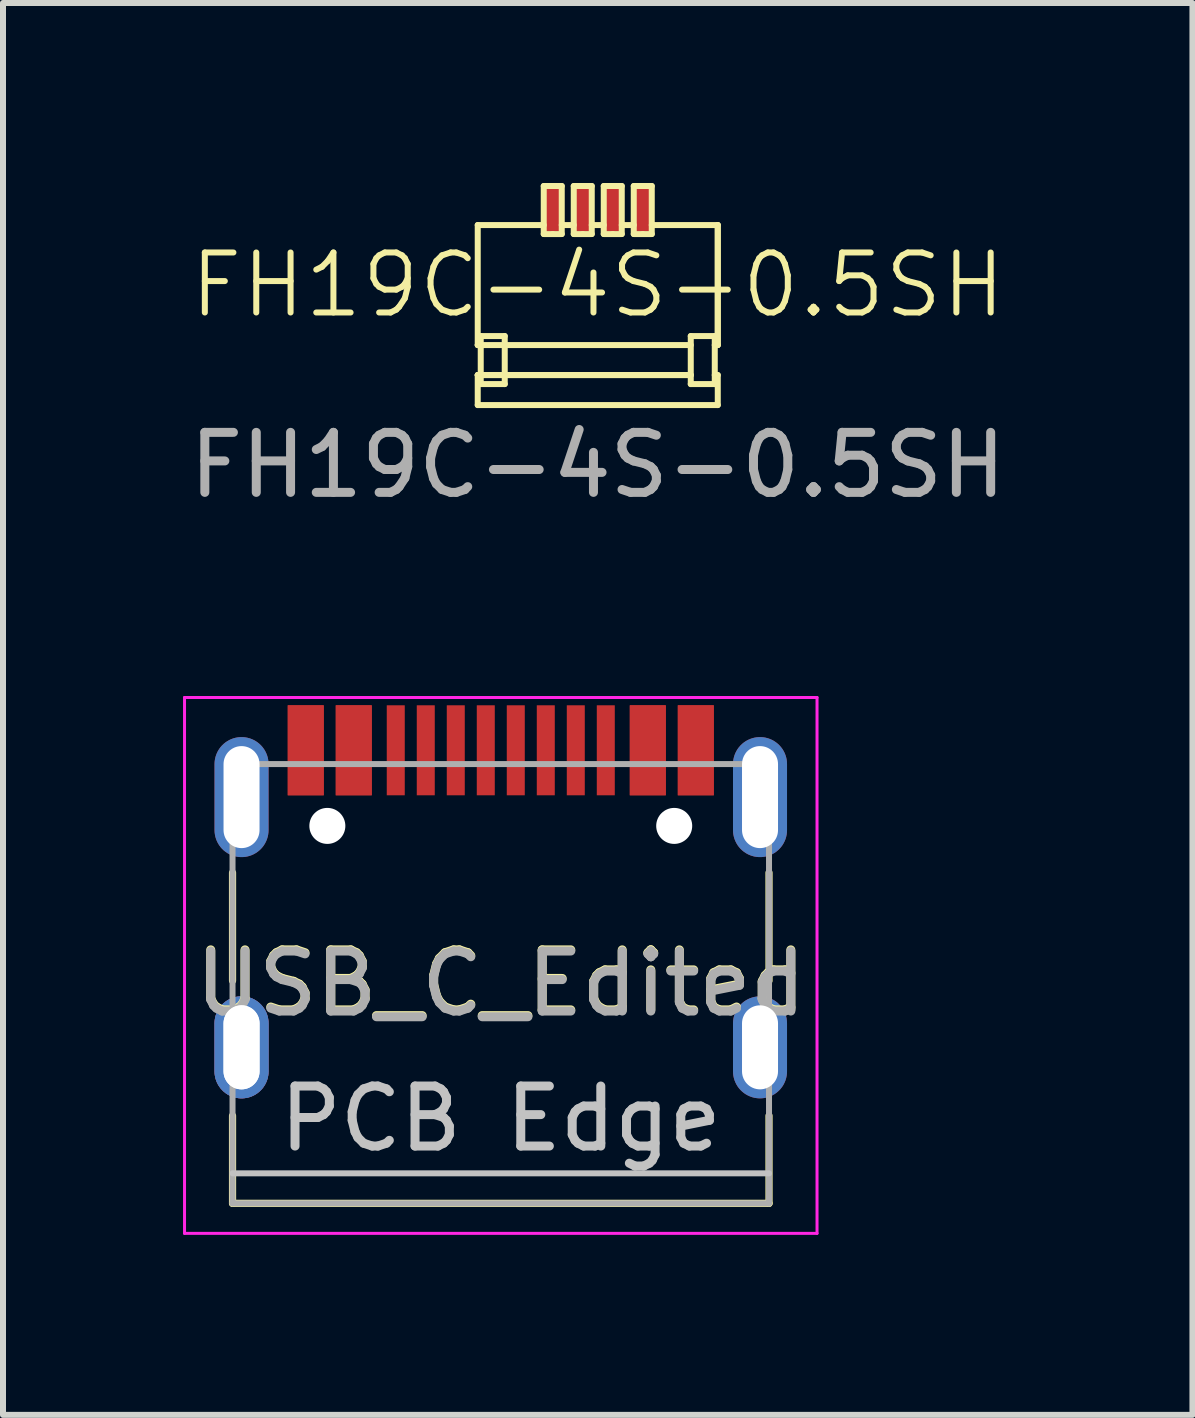
<source format=kicad_pcb>
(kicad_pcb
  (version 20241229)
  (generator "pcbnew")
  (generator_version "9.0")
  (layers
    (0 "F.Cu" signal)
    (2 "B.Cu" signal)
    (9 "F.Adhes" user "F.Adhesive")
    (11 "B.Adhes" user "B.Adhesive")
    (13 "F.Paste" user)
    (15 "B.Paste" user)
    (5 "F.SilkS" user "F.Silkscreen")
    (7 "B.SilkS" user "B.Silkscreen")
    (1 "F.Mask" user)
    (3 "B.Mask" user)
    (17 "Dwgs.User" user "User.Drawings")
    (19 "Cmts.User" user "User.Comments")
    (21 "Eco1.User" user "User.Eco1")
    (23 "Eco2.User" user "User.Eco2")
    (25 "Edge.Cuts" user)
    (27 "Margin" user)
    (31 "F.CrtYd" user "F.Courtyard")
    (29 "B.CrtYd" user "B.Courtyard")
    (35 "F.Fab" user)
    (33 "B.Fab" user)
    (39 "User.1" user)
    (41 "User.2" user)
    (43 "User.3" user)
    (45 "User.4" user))
  (footprint "FH19C-4S-0.5SH"
    (layer "F.Cu")
    (at 6.911 2.2)
    (property "Reference" "FH19C-4S-0.5SH" (at 0 -0.5 0) (unlocked yes) (layer "F.SilkS") (effects (font (size 1 1) (thickness 0.1))))
    (attr smd)
    (fp_line (start -2 0.5) (end -2 -1.5) (stroke (width 0.1) (type solid)) (layer "F.SilkS"))
    (fp_line (start -2 0.5) (end -1.95 0.5) (stroke (width 0.1) (type solid)) (layer "F.SilkS"))
    (fp_line (start -2 0.5) (end 1.55 0.5) (stroke (width 0.1) (type solid)) (layer "F.SilkS"))
    (fp_line (start -2 1) (end -2 1.5) (stroke (width 0.1) (type solid)) (layer "F.SilkS"))
    (fp_line (start -2 1) (end 1.55 1) (stroke (width 0.1) (type solid)) (layer "F.SilkS"))
    (fp_line (start -1.95 0.35) (end -1.55 0.35) (stroke (width 0.1) (type solid)) (layer "F.SilkS"))
    (fp_line (start -1.95 1) (end -2 1) (stroke (width 0.1) (type solid)) (layer "F.SilkS"))
    (fp_line (start -1.95 1.15) (end -1.95 0.35) (stroke (width 0.1) (type solid)) (layer "F.SilkS"))
    (fp_line (start -1.55 1.15) (end -1.95 1.15) (stroke (width 0.1) (type solid)) (layer "F.SilkS"))
    (fp_line (start -1.55 1.15) (end -1.55 0.35) (stroke (width 0.1) (type solid)) (layer "F.SilkS"))
    (fp_line (start -0.9 -2.15) (end -0.6 -2.15) (stroke (width 0.1) (type solid)) (layer "F.SilkS"))
    (fp_line (start -0.9 -1.5) (end -2 -1.5) (stroke (width 0.1) (type solid)) (layer "F.SilkS"))
    (fp_line (start -0.9 -1.35) (end -0.9 -2.15) (stroke (width 0.1) (type solid)) (layer "F.SilkS"))
    (fp_line (start -0.75 -1.35) (end -0.9 -1.35) (stroke (width 0.1) (type solid)) (layer "F.SilkS"))
    (fp_line (start -0.6 -2.15) (end -0.6 -1.35) (stroke (width 0.1) (type solid)) (layer "F.SilkS"))
    (fp_line (start -0.6 -1.35) (end -0.75 -1.35) (stroke (width 0.1) (type solid)) (layer "F.SilkS"))
    (fp_line (start -0.4 -2.15) (end -0.1 -2.15) (stroke (width 0.1) (type solid)) (layer "F.SilkS"))
    (fp_line (start -0.4 -1.5) (end -0.6 -1.5) (stroke (width 0.1) (type solid)) (layer "F.SilkS"))
    (fp_line (start -0.4 -1.35) (end -0.4 -2.15) (stroke (width 0.1) (type solid)) (layer "F.SilkS"))
    (fp_line (start -0.25 -1.35) (end -0.4 -1.35) (stroke (width 0.1) (type solid)) (layer "F.SilkS"))
    (fp_line (start -0.1 -2.15) (end -0.1 -1.35) (stroke (width 0.1) (type solid)) (layer "F.SilkS"))
    (fp_line (start -0.1 -1.35) (end -0.25 -1.35) (stroke (width 0.1) (type solid)) (layer "F.SilkS"))
    (fp_line (start 0.1 -2.15) (end 0.4 -2.15) (stroke (width 0.1) (type solid)) (layer "F.SilkS"))
    (fp_line (start 0.1 -1.5) (end -0.1 -1.5) (stroke (width 0.1) (type solid)) (layer "F.SilkS"))
    (fp_line (start 0.1 -1.35) (end 0.1 -2.15) (stroke (width 0.1) (type solid)) (layer "F.SilkS"))
    (fp_line (start 0.25 -1.35) (end 0.1 -1.35) (stroke (width 0.1) (type solid)) (layer "F.SilkS"))
    (fp_line (start 0.4 -2.15) (end 0.4 -1.35) (stroke (width 0.1) (type solid)) (layer "F.SilkS"))
    (fp_line (start 0.4 -1.35) (end 0.25 -1.35) (stroke (width 0.1) (type solid)) (layer "F.SilkS"))
    (fp_line (start 0.6 -2.15) (end 0.9 -2.15) (stroke (width 0.1) (type solid)) (layer "F.SilkS"))
    (fp_line (start 0.6 -1.5) (end 0.4 -1.5) (stroke (width 0.1) (type solid)) (layer "F.SilkS"))
    (fp_line (start 0.6 -1.35) (end 0.6 -2.15) (stroke (width 0.1) (type solid)) (layer "F.SilkS"))
    (fp_line (start 0.75 -1.35) (end 0.6 -1.35) (stroke (width 0.1) (type solid)) (layer "F.SilkS"))
    (fp_line (start 0.9 -2.15) (end 0.9 -1.35) (stroke (width 0.1) (type solid)) (layer "F.SilkS"))
    (fp_line (start 0.9 -1.35) (end 0.75 -1.35) (stroke (width 0.1) (type solid)) (layer "F.SilkS"))
    (fp_line (start 1.55 1) (end -2 1) (stroke (width 0.1) (type solid)) (layer "F.SilkS"))
    (fp_line (start 1.55 1.15) (end 1.55 0.35) (stroke (width 0.1) (type solid)) (layer "F.SilkS"))
    (fp_line (start 1.55 1.15) (end 1.95 1.15) (stroke (width 0.1) (type solid)) (layer "F.SilkS"))
    (fp_line (start 1.95 0.35) (end 1.55 0.35) (stroke (width 0.1) (type solid)) (layer "F.SilkS"))
    (fp_line (start 1.95 0.5) (end 2 0.5) (stroke (width 0.1) (type solid)) (layer "F.SilkS"))
    (fp_line (start 1.95 1.15) (end 1.95 0.35) (stroke (width 0.1) (type solid)) (layer "F.SilkS"))
    (fp_line (start 2 -1.5) (end 0.9 -1.5) (stroke (width 0.1) (type solid)) (layer "F.SilkS"))
    (fp_line (start 2 -1.5) (end 2 0.5) (stroke (width 0.1) (type solid)) (layer "F.SilkS"))
    (fp_line (start 2 -1.5) (end 2 0.5) (stroke (width 0.1) (type solid)) (layer "F.SilkS"))
    (fp_line (start 2 1) (end 1.95 1) (stroke (width 0.1) (type solid)) (layer "F.SilkS"))
    (fp_line (start 2 1) (end 2 1.5) (stroke (width 0.1) (type solid)) (layer "F.SilkS"))
    (fp_line (start 2 1.5) (end -2 1.5) (stroke (width 0.1) (type solid)) (layer "F.SilkS"))
    (fp_text user "${REFERENCE}" (at 0 2.5 0) (unlocked yes) (layer "F.Fab") (effects (font (size 1 1) (thickness 0.15))))
    (pad "" smd rect (at -1.75 0.75) (size 0.4 0.8) (layers "F.Mask" "F.Paste"))
    (pad "" smd rect (at 1.75 0.75) (size 0.4 0.8) (layers "F.Mask" "F.Paste"))
    (pad "1" smd rect (at -0.75 -1.8) (size 0.3 0.8) (layers "F.Cu" "F.Mask" "F.Paste"))
    (pad "2" smd rect (at -0.25 -1.8) (size 0.3 0.8) (layers "F.Cu" "F.Mask" "F.Paste"))
    (pad "3" smd rect (at 0.25 -1.8) (size 0.3 0.8) (layers "F.Cu" "F.Mask" "F.Paste"))
    (pad "4" smd rect (at 0.75 -1.8) (size 0.3 0.8) (layers "F.Cu" "F.Mask" "F.Paste")))
  (footprint "USB_C_Edited"
    (layer "F.Cu")
    (at 5.295 12.163)
    (property "Reference" "USB_C_Edited" (at 0 1.161 180) (layer "F.SilkS") (effects (font (size 1 1) (thickness 0.15))))
    (attr smd)
    (fp_line (start -4.47 -0.67) (end -4.47 1.13) (stroke (width 0.12) (type solid)) (layer "F.SilkS"))
    (fp_line (start -4.47 4.84) (end -4.47 3.38) (stroke (width 0.12) (type solid)) (layer "F.SilkS"))
    (fp_line (start 4.47 -0.67) (end 4.47 1.13) (stroke (width 0.12) (type solid)) (layer "F.SilkS"))
    (fp_line (start 4.47 4.84) (end -4.47 4.84) (stroke (width 0.12) (type solid)) (layer "F.SilkS"))
    (fp_line (start 4.47 4.84) (end 4.47 3.38) (stroke (width 0.12) (type solid)) (layer "F.SilkS"))
    (fp_line (start -4.47 4.34) (end 4.47 4.34) (stroke (width 0.1) (type solid)) (layer "Dwgs.User"))
    (fp_line (start -5.27 -3.59) (end -5.27 5.34) (stroke (width 0.05) (type solid)) (layer "F.CrtYd"))
    (fp_line (start -5.27 5.34) (end 5.27 5.34) (stroke (width 0.05) (type solid)) (layer "F.CrtYd"))
    (fp_line (start 5.27 -3.59) (end -5.27 -3.59) (stroke (width 0.05) (type solid)) (layer "F.CrtYd"))
    (fp_line (start 5.27 5.34) (end 5.27 -3.59) (stroke (width 0.05) (type solid)) (layer "F.CrtYd"))
    (fp_line (start -4.47 -2.48) (end -4.47 4.84) (stroke (width 0.1) (type solid)) (layer "F.Fab"))
    (fp_line (start -4.47 -2.48) (end 4.47 -2.48) (stroke (width 0.1) (type solid)) (layer "F.Fab"))
    (fp_line (start 4.47 -2.48) (end 4.47 4.84) (stroke (width 0.1) (type solid)) (layer "F.Fab"))
    (fp_line (start 4.47 4.84) (end -4.47 4.84) (stroke (width 0.1) (type solid)) (layer "F.Fab"))
    (fp_text user "PCB Edge" (at 0 3.43 180) (layer "Dwgs.User") (effects (font (size 1 1) (thickness 0.15))))
    (fp_text user "${REFERENCE}" (at 0 1.18 180) (layer "F.Fab") (effects (font (size 1 1) (thickness 0.15))))
    (pad "" np_thru_hole circle (at -2.89 -1.45 180) (size 0.6 0.6) (drill 0.6) (layers "*.Cu" "*.Mask"))
    (pad "" np_thru_hole circle (at 2.89 -1.45 180) (size 0.6 0.6) (drill 0.6) (layers "*.Cu" "*.Mask"))
    (pad "A1" smd rect (at -3.25 -2.71) (size 0.6 1.5) (layers "F.Cu" "F.Mask" "F.Paste"))
    (pad "A4" smd rect (at -2.45 -2.71) (size 0.6 1.5) (layers "F.Cu" "F.Mask" "F.Paste"))
    (pad "A5" smd rect (at -1.25 -2.71 180) (size 0.3 1.5) (layers "F.Cu" "F.Mask" "F.Paste"))
    (pad "A6" smd rect (at -0.25 -2.71 180) (size 0.3 1.5) (layers "F.Cu" "F.Mask" "F.Paste"))
    (pad "A7" smd rect (at 0.25 -2.71 180) (size 0.3 1.5) (layers "F.Cu" "F.Mask" "F.Paste"))
    (pad "A8" smd rect (at 1.25 -2.71 180) (size 0.3 1.5) (layers "F.Cu" "F.Mask" "F.Paste"))
    (pad "A9" smd rect (at 2.45 -2.71) (size 0.6 1.5) (layers "F.Cu" "F.Mask" "F.Paste"))
    (pad "A12" smd rect (at 3.25 -2.71) (size 0.6 1.5) (layers "F.Cu" "F.Mask" "F.Paste"))
    (pad "B1" smd rect (at 3.25 -2.71) (size 0.6 1.5) (layers "F.Cu" "F.Mask" "F.Paste"))
    (pad "B4" smd rect (at 2.45 -2.71) (size 0.6 1.5) (layers "F.Cu" "F.Mask" "F.Paste"))
    (pad "B5" smd rect (at 1.75 -2.71 180) (size 0.3 1.5) (layers "F.Cu" "F.Mask" "F.Paste"))
    (pad "B6" smd rect (at 0.75 -2.71 180) (size 0.3 1.5) (layers "F.Cu" "F.Mask" "F.Paste"))
    (pad "B7" smd rect (at -0.75 -2.71 180) (size 0.3 1.5) (layers "F.Cu" "F.Mask" "F.Paste"))
    (pad "B8" smd rect (at -1.75 -2.71 180) (size 0.3 1.5) (layers "F.Cu" "F.Mask" "F.Paste"))
    (pad "B9" smd rect (at -2.45 -2.71) (size 0.6 1.5) (layers "F.Cu" "F.Mask" "F.Paste"))
    (pad "B12" smd rect (at -3.25 -2.71) (size 0.6 1.5) (layers "F.Cu" "F.Mask" "F.Paste"))
    (pad "S1" thru_hole oval (at -4.32 -1.93 90) (size 2 0.9) (drill oval 1.7 0.6) (layers "*.Cu" "*.Mask"))
    (pad "S1" thru_hole oval (at -4.32 2.24 90) (size 1.7 0.9) (drill oval 1.4 0.6) (layers "*.Cu" "*.Mask"))
    (pad "S1" thru_hole oval (at -4.32 2.24 90) (size 1.7 0.9) (drill oval 1.4 0.6) (layers "*.Cu" "*.Mask"))
    (pad "S1" thru_hole oval (at 4.32 -1.93 90) (size 2 0.9) (drill oval 1.7 0.6) (layers "*.Cu" "*.Mask"))
    (pad "S1" thru_hole oval (at 4.32 2.24 90) (size 1.7 0.9) (drill oval 1.4 0.6) (layers "*.Cu" "*.Mask")))
  (gr_rect
    (start -3 -3)
    (end 16.821 20.528)
    (stroke (width 0.1) (type default))
    (fill no)
    (layer "Edge.Cuts")))
</source>
